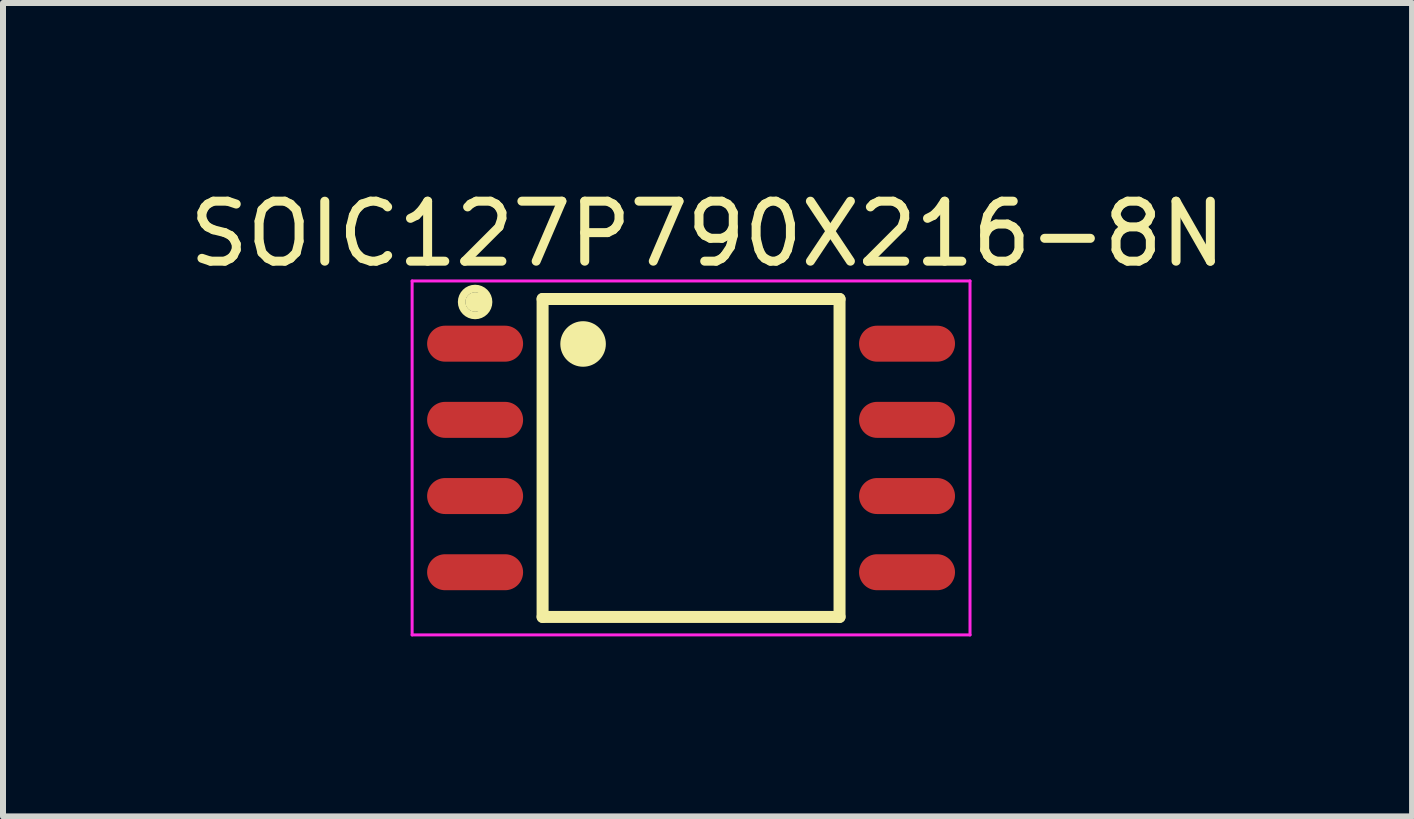
<source format=kicad_pcb>
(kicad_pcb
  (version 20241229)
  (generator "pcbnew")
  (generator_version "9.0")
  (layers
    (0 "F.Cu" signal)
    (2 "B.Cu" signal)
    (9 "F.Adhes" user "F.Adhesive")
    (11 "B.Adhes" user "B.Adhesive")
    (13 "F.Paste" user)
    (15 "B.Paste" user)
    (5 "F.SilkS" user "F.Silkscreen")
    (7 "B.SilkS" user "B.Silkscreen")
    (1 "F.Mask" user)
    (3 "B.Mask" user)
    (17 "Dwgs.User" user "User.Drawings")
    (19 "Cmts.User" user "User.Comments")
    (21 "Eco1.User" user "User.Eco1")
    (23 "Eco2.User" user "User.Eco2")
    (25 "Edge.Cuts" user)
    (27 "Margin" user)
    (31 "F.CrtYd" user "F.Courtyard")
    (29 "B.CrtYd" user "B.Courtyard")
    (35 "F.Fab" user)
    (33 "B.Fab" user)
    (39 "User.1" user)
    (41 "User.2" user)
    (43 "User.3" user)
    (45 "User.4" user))
  (footprint "SOIC127P790X216-8N"
    (layer "F.Cu")
    (at 8.47 4.584)
    (property "Reference" "SOIC127P790X216-8N" (at 0.275 -3.735 0) (layer "F.SilkS") (effects (font (size 1 1) (thickness 0.15))))
    (attr smd)
    (fp_line (start -2.475 -2.65) (end 2.475 -2.65) (stroke (width 0.2) (type solid)) (layer "F.SilkS"))
    (fp_line (start -2.475 2.65) (end -2.475 -2.65) (stroke (width 0.2) (type solid)) (layer "F.SilkS"))
    (fp_line (start 2.475 -2.65) (end 2.475 2.65) (stroke (width 0.2) (type solid)) (layer "F.SilkS"))
    (fp_line (start 2.475 2.65) (end -2.475 2.65) (stroke (width 0.2) (type solid)) (layer "F.SilkS"))
    (fp_circle (center -3.6 -2.6) (end -3.5 -2.6) (stroke (width 0.127) (type solid)) (fill no) (layer "F.SilkS"))
    (fp_circle (center -3.6 -2.6) (end -3.376 -2.6) (stroke (width 0.127) (type solid)) (fill no) (layer "F.SilkS"))
    (fp_circle (center -3.5 -2.6) (end -3.4 -2.6) (stroke (width 0.127) (type solid)) (fill no) (layer "F.SilkS"))
    (fp_circle (center -1.8 -1.9) (end -1.7 -1.9) (stroke (width 0.127) (type solid)) (fill no) (layer "F.SilkS"))
    (fp_circle (center -1.8 -1.9) (end -1.659 -1.9) (stroke (width 0.127) (type solid)) (fill no) (layer "F.SilkS"))
    (fp_circle (center -1.8 -1.9) (end -1.576 -1.9) (stroke (width 0.127) (type solid)) (fill no) (layer "F.SilkS"))
    (fp_circle (center -1.8 -1.9) (end -1.484 -1.9) (stroke (width 0.127) (type solid)) (fill no) (layer "F.SilkS"))
    (fp_circle (center -1.8 -1.8) (end -1.7 -1.8) (stroke (width 0.127) (type solid)) (fill no) (layer "F.SilkS"))
    (fp_line (start -4.65 -2.95) (end 4.65 -2.95) (stroke (width 0.05) (type solid)) (layer "F.CrtYd"))
    (fp_line (start -4.65 2.95) (end -4.65 -2.95) (stroke (width 0.05) (type solid)) (layer "F.CrtYd"))
    (fp_line (start 4.65 -2.95) (end 4.65 2.95) (stroke (width 0.05) (type solid)) (layer "F.CrtYd"))
    (fp_line (start 4.65 2.95) (end -4.65 2.95) (stroke (width 0.05) (type solid)) (layer "F.CrtYd"))
    (pad "1" smd oval (at -3.6 -1.905) (size 1.6 0.6) (layers "F.Cu" "F.Mask" "F.Paste"))
    (pad "2" smd oval (at -3.6 -0.635) (size 1.6 0.6) (layers "F.Cu" "F.Mask" "F.Paste"))
    (pad "3" smd oval (at -3.6 0.635) (size 1.6 0.6) (layers "F.Cu" "F.Mask" "F.Paste"))
    (pad "4" smd oval (at -3.6 1.905) (size 1.6 0.6) (layers "F.Cu" "F.Mask" "F.Paste"))
    (pad "5" smd oval (at 3.6 1.905 180) (size 1.6 0.6) (layers "F.Cu" "F.Mask" "F.Paste"))
    (pad "6" smd oval (at 3.6 0.635 180) (size 1.6 0.6) (layers "F.Cu" "F.Mask" "F.Paste"))
    (pad "7" smd oval (at 3.6 -0.635 180) (size 1.6 0.6) (layers "F.Cu" "F.Mask" "F.Paste"))
    (pad "8" smd oval (at 3.6 -1.905 180) (size 1.6 0.6) (layers "F.Cu" "F.Mask" "F.Paste")))
  (gr_rect
    (start -3 -3)
    (end 20.489 10.559)
    (stroke (width 0.1) (type default))
    (fill no)
    (layer "Edge.Cuts")))
</source>
